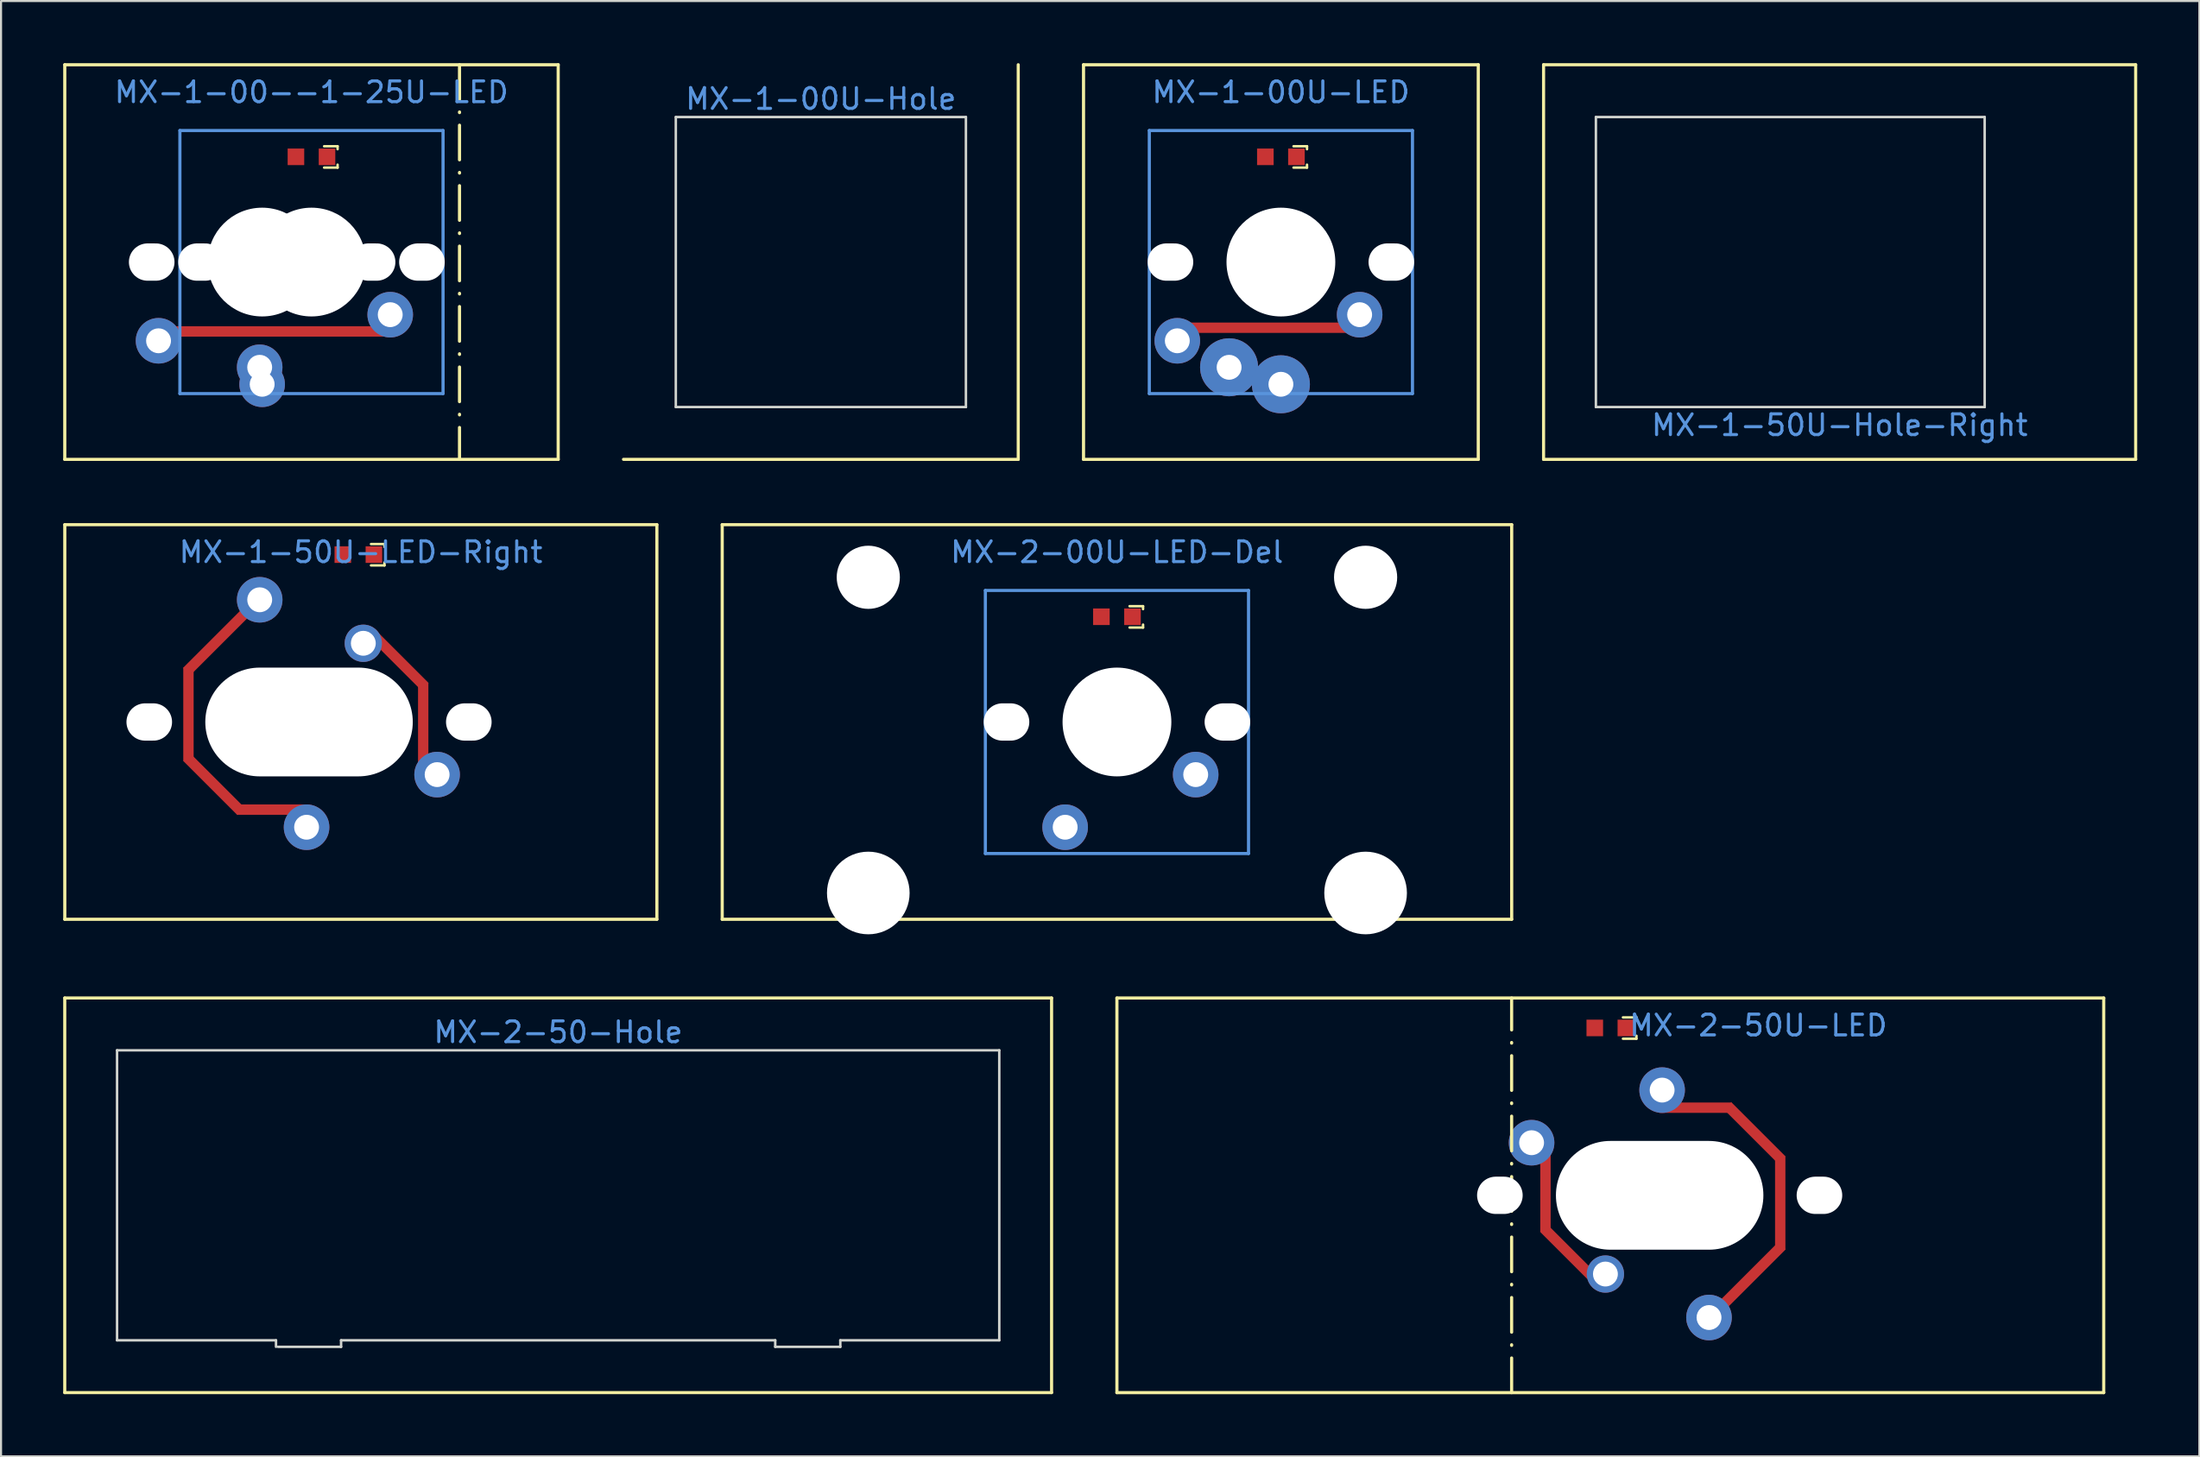
<source format=kicad_pcb>
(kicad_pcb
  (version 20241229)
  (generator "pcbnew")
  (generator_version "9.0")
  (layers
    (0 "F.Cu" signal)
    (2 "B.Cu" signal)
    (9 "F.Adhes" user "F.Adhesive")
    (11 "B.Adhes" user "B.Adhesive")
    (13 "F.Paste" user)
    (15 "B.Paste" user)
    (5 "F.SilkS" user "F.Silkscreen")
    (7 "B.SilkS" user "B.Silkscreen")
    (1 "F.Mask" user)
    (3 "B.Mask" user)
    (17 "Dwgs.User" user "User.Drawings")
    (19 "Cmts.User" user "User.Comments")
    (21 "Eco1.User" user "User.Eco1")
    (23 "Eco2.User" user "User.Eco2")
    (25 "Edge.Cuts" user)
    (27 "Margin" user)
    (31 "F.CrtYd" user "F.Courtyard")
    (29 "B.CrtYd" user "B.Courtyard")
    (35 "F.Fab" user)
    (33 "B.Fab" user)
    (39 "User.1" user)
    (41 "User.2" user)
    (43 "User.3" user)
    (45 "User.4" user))
  (footprint "MX-2-00U-LED-Del"
    (layer "F.Cu")
    (at 50.854 26.724)
    (property "Reference" "MX-2-00U-LED-Del" (at 0 -3.12 0) (layer "Cmts.User") (effects (font (size 1 1) (thickness 0.15))))
    (fp_line (start -19.05 -4.445) (end 19.05 -4.445) (stroke (width 0.152) (type solid)) (layer "F.SilkS"))
    (fp_line (start -19.05 14.605) (end -19.05 -4.445) (stroke (width 0.152) (type solid)) (layer "F.SilkS"))
    (fp_line (start 0.61 -0.51) (end 1.26 -0.51) (stroke (width 0.12) (type solid)) (layer "F.SilkS"))
    (fp_line (start 0.61 0.52) (end 1.26 0.52) (stroke (width 0.12) (type solid)) (layer "F.SilkS"))
    (fp_line (start 1.26 -0.51) (end 1.26 -0.37) (stroke (width 0.12) (type solid)) (layer "F.SilkS"))
    (fp_line (start 1.26 0.52) (end 1.26 0.38) (stroke (width 0.12) (type solid)) (layer "F.SilkS"))
    (fp_line (start 19.05 -4.445) (end 19.05 14.605) (stroke (width 0.152) (type solid)) (layer "F.SilkS"))
    (fp_line (start 19.05 14.605) (end -19.05 14.605) (stroke (width 0.152) (type solid)) (layer "F.SilkS"))
    (fp_line (start -6.35 -1.27) (end 6.35 -1.27) (stroke (width 0.152) (type solid)) (layer "Cmts.User"))
    (fp_line (start -6.35 11.43) (end -6.35 -1.27) (stroke (width 0.152) (type solid)) (layer "Cmts.User"))
    (fp_line (start 6.35 -1.27) (end 6.35 11.43) (stroke (width 0.152) (type solid)) (layer "Cmts.User"))
    (fp_line (start 6.35 11.43) (end -6.35 11.43) (stroke (width 0.152) (type solid)) (layer "Cmts.User"))
    (pad "" np_thru_hole circle (at -12 -1.905 180) (size 3.048 3.048) (drill 3.048) (layers "*.Cu" "*.Mask"))
    (pad "" np_thru_hole circle (at -12 13.335 180) (size 3.988 3.988) (drill 3.988) (layers "*.Cu" "*.Mask"))
    (pad "" np_thru_hole oval (at -5.33 5.08 270) (size 1.8 2.2) (drill oval 1.8 2.2) (layers "*.Cu" "*.Mask"))
    (pad "" np_thru_hole circle (at 0 5.08) (size 5.25 5.25) (drill 5.25) (layers "*.Cu" "*.Mask"))
    (pad "" np_thru_hole oval (at 5.33 5.08 270) (size 1.8 2.2) (drill oval 1.8 2.2) (layers "*.Cu" "*.Mask"))
    (pad "" np_thru_hole circle (at 12 -1.905 180) (size 3.048 3.048) (drill 3.048) (layers "*.Cu" "*.Mask"))
    (pad "" np_thru_hole circle (at 12 13.335 180) (size 3.988 3.988) (drill 3.988) (layers "*.Cu" "*.Mask"))
    (pad "1" thru_hole circle (at -2.5 10.16) (size 2.2 2.2) (drill oval 1.2) (layers "*.Cu" "*.Mask"))
    (pad "2" thru_hole circle (at 3.8 7.62 225) (size 2.2 2.2) (drill 1.2) (layers "*.Cu" "*.Mask"))
    (pad "3" smd rect (at 0.75 0 90) (size 0.8 0.8) (layers "F.Cu" "F.Mask" "F.Paste"))
    (pad "4" smd rect (at -0.75 0 90) (size 0.8 0.8) (layers "F.Cu" "F.Mask" "F.Paste")))
  (footprint "MX-1-50U-LED-Right"
    (layer "F.Cu")
    (at 14.364 23.724)
    (property "Reference" "MX-1-50U-LED-Right" (at 0 -0.12 0) (layer "Cmts.User") (effects (font (size 1 1) (thickness 0.15))))
    (fp_line (start -14.287 -1.445) (end 14.287 -1.445) (stroke (width 0.152) (type solid)) (layer "F.SilkS"))
    (fp_line (start -14.287 17.605) (end -14.287 -1.445) (stroke (width 0.152) (type solid)) (layer "F.SilkS"))
    (fp_line (start 0.491 -0.51) (end 1.141 -0.51) (stroke (width 0.12) (type solid)) (layer "F.SilkS"))
    (fp_line (start 0.491 0.52) (end 1.141 0.52) (stroke (width 0.12) (type solid)) (layer "F.SilkS"))
    (fp_line (start 1.141 -0.51) (end 1.141 -0.37) (stroke (width 0.12) (type solid)) (layer "F.SilkS"))
    (fp_line (start 1.141 0.52) (end 1.141 0.38) (stroke (width 0.12) (type solid)) (layer "F.SilkS"))
    (fp_line (start 14.287 -1.445) (end 14.287 17.605) (stroke (width 0.152) (type solid)) (layer "F.SilkS"))
    (fp_line (start 14.287 17.605) (end -14.287 17.605) (stroke (width 0.152) (type solid)) (layer "F.SilkS"))
    (pad "" np_thru_hole oval (at -10.211 8.08 90) (size 1.8 2.2) (drill oval 1.8 2.2) (layers "*.Cu" "*.Mask"))
    (pad "" np_thru_hole oval (at -2.5 8.08) (size 10.012 5.25) (drill oval 10.012 5.25) (layers "*.Cu" "*.Mask"))
    (pad "" np_thru_hole oval (at 5.211 8.08 90) (size 1.8 2.2) (drill oval 1.8 2.2) (layers "*.Cu" "*.Mask"))
    (pad "1" smd rect (at -8.319 7.71 270) (size 4.5 0.5) (layers "F.Cu" "F.Mask" "F.Paste"))
    (pad "1" smd rect (at -7.089 11.09 135) (size 3.7 0.5) (layers "F.Cu" "F.Mask" "F.Paste"))
    (pad "1" smd rect (at -6.989 4.23 225) (size 4 0.5) (layers "F.Cu" "F.Mask" "F.Paste"))
    (pad "1" thru_hole circle (at -4.881 2.18 270) (size 2.2 2.2) (drill 1.2) (layers "*.Cu" "*.Mask"))
    (pad "1" smd rect (at -4.219 12.31) (size 3.5 0.5) (layers "F.Cu" "F.Mask" "F.Paste"))
    (pad "1" thru_hole circle (at -2.619 13.16 180) (size 2.2 2.2) (drill oval 1.2) (layers "*.Cu" "*.Mask"))
    (pad "2" thru_hole circle (at 0.119 4.28 90) (size 1.8 1.8) (drill 1.2) (layers "*.Cu" "*.Mask"))
    (pad "2" smd rect (at 1.89 5.17 135) (size 3.4 0.5) (layers "F.Cu" "F.Mask" "F.Paste"))
    (pad "2" smd rect (at 3.01 8.19 270) (size 4 0.5) (layers "F.Cu" "F.Mask" "F.Paste"))
    (pad "2" thru_hole circle (at 3.681 10.62 45) (size 2.2 2.2) (drill 1.2) (layers "*.Cu" "*.Mask"))
    (pad "3" smd rect (at 0.631 0 90) (size 0.8 0.8) (layers "F.Cu" "F.Mask" "F.Paste"))
    (pad "4" smd rect (at -0.869 0 90) (size 0.8 0.8) (layers "F.Cu" "F.Mask" "F.Paste")))
  (footprint "MX-1-00U-LED"
    (layer "F.Cu")
    (at 58.766 4.521)
    (property "Reference" "MX-1-00U-LED" (at 0 -3.12 0) (layer "Cmts.User") (effects (font (size 1 1) (thickness 0.15))))
    (fp_line (start -9.525 -4.445) (end 9.525 -4.445) (stroke (width 0.152) (type solid)) (layer "F.SilkS"))
    (fp_line (start -9.525 14.605) (end -9.525 -4.445) (stroke (width 0.152) (type solid)) (layer "F.SilkS"))
    (fp_line (start 0.61 -0.51) (end 1.26 -0.51) (stroke (width 0.12) (type solid)) (layer "F.SilkS"))
    (fp_line (start 0.61 0.52) (end 1.26 0.52) (stroke (width 0.12) (type solid)) (layer "F.SilkS"))
    (fp_line (start 1.26 -0.51) (end 1.26 -0.37) (stroke (width 0.12) (type solid)) (layer "F.SilkS"))
    (fp_line (start 1.26 0.52) (end 1.26 0.38) (stroke (width 0.12) (type solid)) (layer "F.SilkS"))
    (fp_line (start 9.525 -4.445) (end 9.525 14.605) (stroke (width 0.152) (type solid)) (layer "F.SilkS"))
    (fp_line (start 9.525 14.605) (end -9.525 14.605) (stroke (width 0.152) (type solid)) (layer "F.SilkS"))
    (fp_line (start -6.35 -1.27) (end 6.35 -1.27) (stroke (width 0.152) (type solid)) (layer "Cmts.User"))
    (fp_line (start -6.35 11.43) (end -6.35 -1.27) (stroke (width 0.152) (type solid)) (layer "Cmts.User"))
    (fp_line (start 6.35 -1.27) (end 6.35 11.43) (stroke (width 0.152) (type solid)) (layer "Cmts.User"))
    (fp_line (start 6.35 11.43) (end -6.35 11.43) (stroke (width 0.152) (type solid)) (layer "Cmts.User"))
    (pad "" np_thru_hole oval (at -5.33 5.08 270) (size 1.8 2.2) (drill oval 1.8 2.2) (layers "*.Cu" "*.Mask"))
    (pad "" np_thru_hole circle (at 0 5.08 180) (size 5.25 5.25) (drill 5.25) (layers "*.Cu" "*.Mask"))
    (pad "" np_thru_hole oval (at 5.33 5.08 270) (size 1.8 2.2) (drill oval 1.8 2.2) (layers "*.Cu" "*.Mask"))
    (pad "1" thru_hole circle (at -2.5 10.16) (size 2.8 2.8) (drill oval 1.2) (layers "*.Cu" "*.Mask"))
    (pad "1" thru_hole circle (at 0 10.98 90) (size 2.8 2.8) (drill 1.2) (layers "*.Cu" "*.Mask"))
    (pad "2" thru_hole circle (at -5 8.88 270) (size 2.2 2.2) (drill 1.2) (layers "*.Cu" "*.Mask"))
    (pad "2" smd rect (at -0.67 8.25) (size 7.64 0.5) (layers "F.Cu" "F.Mask" "F.Paste"))
    (pad "2" thru_hole circle (at 3.8 7.62 225) (size 2.2 2.2) (drill 1.2) (layers "*.Cu" "*.Mask"))
    (pad "3" smd rect (at 0.75 0 90) (size 0.8 0.8) (layers "F.Cu" "F.Mask" "F.Paste"))
    (pad "4" smd rect (at -0.75 0 90) (size 0.8 0.8) (layers "F.Cu" "F.Mask" "F.Paste")))
  (footprint "MX-1-00U-Hole"
    (layer "F.Cu")
    (at 36.565 9.6)
    (property "Reference" "MX-1-00U-Hole" (at 0 -7.874 0) (layer "Cmts.User") (effects (font (size 1 1) (thickness 0.15))))
    (attr through_hole)
    (fp_line (start 9.525 -9.525) (end 9.525 9.525) (stroke (width 0.15) (type solid)) (layer "F.SilkS"))
    (fp_line (start 9.525 9.525) (end -9.525 9.525) (stroke (width 0.15) (type solid)) (layer "F.SilkS"))
    (fp_line (start -7 -7) (end -7 7) (stroke (width 0.12) (type solid)) (layer "Edge.Cuts"))
    (fp_line (start -7 -7) (end 7 -7) (stroke (width 0.12) (type solid)) (layer "Edge.Cuts"))
    (fp_line (start -7 7) (end 7 7) (stroke (width 0.12) (type solid)) (layer "Edge.Cuts"))
    (fp_line (start 7 -7) (end 7 7) (stroke (width 0.12) (type solid)) (layer "Edge.Cuts")))
  (footprint "MX-1-50U-Hole-Right"
    (layer "F.Cu")
    (at 85.73 9.6)
    (property "Reference" "MX-1-50U-Hole-Right" (at 0 7.874 180) (layer "Cmts.User") (effects (font (size 1 1) (thickness 0.15))))
    (attr through_hole)
    (fp_line (start -14.287 -9.525) (end 14.287 -9.525) (stroke (width 0.15) (type solid)) (layer "F.SilkS"))
    (fp_line (start -14.287 9.525) (end -14.287 -9.525) (stroke (width 0.15) (type solid)) (layer "F.SilkS"))
    (fp_line (start 14.287 -9.525) (end 14.287 9.525) (stroke (width 0.15) (type solid)) (layer "F.SilkS"))
    (fp_line (start 14.287 9.525) (end -14.287 9.525) (stroke (width 0.15) (type solid)) (layer "F.SilkS"))
    (fp_line (start -11.762 7) (end -11.762 -7) (stroke (width 0.12) (type solid)) (layer "Edge.Cuts"))
    (fp_line (start 7 -7) (end -11.762 -7) (stroke (width 0.12) (type solid)) (layer "Edge.Cuts"))
    (fp_line (start 7 7) (end -11.762 7) (stroke (width 0.12) (type solid)) (layer "Edge.Cuts"))
    (fp_line (start 7 7) (end 7 -7) (stroke (width 0.12) (type solid)) (layer "Edge.Cuts")))
  (footprint "MX-2-50-Hole"
    (layer "F.Cu")
    (at 23.887 54.653)
    (property "Reference" "MX-2-50-Hole" (at 0 -7.874 0) (layer "Cmts.User") (effects (font (size 1 1) (thickness 0.15))))
    (attr through_hole)
    (fp_line (start -23.812 -9.525) (end 23.812 -9.525) (stroke (width 0.15) (type solid)) (layer "F.SilkS"))
    (fp_line (start -23.812 9.525) (end -23.812 -9.525) (stroke (width 0.15) (type solid)) (layer "F.SilkS"))
    (fp_line (start 23.812 -9.525) (end 23.812 9.525) (stroke (width 0.15) (type solid)) (layer "F.SilkS"))
    (fp_line (start 23.812 9.525) (end -23.812 9.525) (stroke (width 0.15) (type solid)) (layer "F.SilkS"))
    (fp_line (start -21.288 -7) (end -21.288 7) (stroke (width 0.12) (type solid)) (layer "Edge.Cuts"))
    (fp_line (start -21.288 -7) (end 21.288 -7) (stroke (width 0.12) (type solid)) (layer "Edge.Cuts"))
    (fp_line (start -21.288 7) (end -13.617 7) (stroke (width 0.12) (type solid)) (layer "Edge.Cuts"))
    (fp_line (start -13.617 7) (end -13.617 7.315) (stroke (width 0.12) (type solid)) (layer "Edge.Cuts"))
    (fp_line (start -10.476 7) (end -10.476 7.315) (stroke (width 0.12) (type solid)) (layer "Edge.Cuts"))
    (fp_line (start -10.476 7) (end 10.476 7) (stroke (width 0.12) (type solid)) (layer "Edge.Cuts"))
    (fp_line (start -10.476 7.315) (end -13.524 7.315) (stroke (width 0.12) (type solid)) (layer "Edge.Cuts"))
    (fp_line (start 10.476 7) (end 10.476 7.315) (stroke (width 0.12) (type solid)) (layer "Edge.Cuts"))
    (fp_line (start 10.476 7.315) (end 13.617 7.315) (stroke (width 0.12) (type solid)) (layer "Edge.Cuts"))
    (fp_line (start 13.617 7) (end 13.617 7.315) (stroke (width 0.12) (type solid)) (layer "Edge.Cuts"))
    (fp_line (start 21.288 -7) (end 21.288 7) (stroke (width 0.12) (type solid)) (layer "Edge.Cuts"))
    (fp_line (start 21.288 7) (end 13.617 7) (stroke (width 0.12) (type solid)) (layer "Edge.Cuts")))
  (footprint "MX-2-50U-LED"
    (layer "F.Cu")
    (at 74.664 46.574)
    (property "Reference" "MX-2-50U-LED" (at 7.144 -0.12 0) (layer "Cmts.User") (effects (font (size 1 1) (thickness 0.15))))
    (fp_line (start -23.812 -1.445) (end 23.812 -1.445) (stroke (width 0.152) (type solid)) (layer "F.SilkS"))
    (fp_line (start -23.812 17.605) (end -23.812 -1.445) (stroke (width 0.152) (type solid)) (layer "F.SilkS"))
    (fp_line (start -4.763 17.605) (end -4.763 -1.445) (stroke (width 0.152) (type dash_dot)) (layer "F.SilkS"))
    (fp_line (start 0.61 -0.51) (end 1.26 -0.51) (stroke (width 0.12) (type solid)) (layer "F.SilkS"))
    (fp_line (start 0.61 0.52) (end 1.26 0.52) (stroke (width 0.12) (type solid)) (layer "F.SilkS"))
    (fp_line (start 1.26 -0.51) (end 1.26 -0.37) (stroke (width 0.12) (type solid)) (layer "F.SilkS"))
    (fp_line (start 1.26 0.52) (end 1.26 0.38) (stroke (width 0.12) (type solid)) (layer "F.SilkS"))
    (fp_line (start 23.812 -1.445) (end 23.812 17.605) (stroke (width 0.152) (type solid)) (layer "F.SilkS"))
    (fp_line (start 23.812 17.605) (end -23.812 17.605) (stroke (width 0.152) (type solid)) (layer "F.SilkS"))
    (pad "" np_thru_hole oval (at -5.33 8.08 270) (size 1.8 2.2) (drill oval 1.8 2.2) (layers "*.Cu" "*.Mask"))
    (pad "" np_thru_hole oval (at 2.381 8.08 180) (size 10.012 5.25) (drill oval 10.012 5.25) (layers "*.Cu" "*.Mask"))
    (pad "" np_thru_hole oval (at 10.092 8.08 270) (size 1.8 2.2) (drill oval 1.8 2.2) (layers "*.Cu" "*.Mask"))
    (pad "1" thru_hole circle (at 2.5 3) (size 2.2 2.2) (drill oval 1.2) (layers "*.Cu" "*.Mask"))
    (pad "1" smd rect (at 4.1 3.85 180) (size 3.5 0.5) (layers "F.Cu" "F.Mask" "F.Paste"))
    (pad "1" thru_hole circle (at 4.763 13.98 90) (size 2.2 2.2) (drill 1.2) (layers "*.Cu" "*.Mask"))
    (pad "1" smd rect (at 6.87 11.93 45) (size 4 0.5) (layers "F.Cu" "F.Mask" "F.Paste"))
    (pad "1" smd rect (at 6.97 5.07 315) (size 3.7 0.5) (layers "F.Cu" "F.Mask" "F.Paste"))
    (pad "1" smd rect (at 8.2 8.45 90) (size 4.5 0.5) (layers "F.Cu" "F.Mask" "F.Paste"))
    (pad "2" thru_hole circle (at -3.8 5.54 225) (size 2.2 2.2) (drill 1.2) (layers "*.Cu" "*.Mask"))
    (pad "2" smd rect (at -3.13 7.85 90) (size 4 0.5) (layers "F.Cu" "F.Mask" "F.Paste"))
    (pad "2" smd rect (at -2.07 10.81 315) (size 3.2 0.5) (layers "F.Cu" "F.Mask" "F.Paste"))
    (pad "2" thru_hole circle (at -0.237 11.88 270) (size 1.8 1.8) (drill 1.2) (layers "*.Cu" "*.Mask"))
    (pad "3" smd rect (at 0.75 0 90) (size 0.8 0.8) (layers "F.Cu" "F.Mask" "F.Paste"))
    (pad "4" smd rect (at -0.75 0 90) (size 0.8 0.8) (layers "F.Cu" "F.Mask" "F.Paste")))
  (footprint "MX-1-00--1-25U-LED"
    (layer "F.Cu")
    (at 11.982 4.521)
    (property "Reference" "MX-1-00--1-25U-LED" (at 0 -3.12 0) (layer "Cmts.User") (effects (font (size 1 1) (thickness 0.15))))
    (fp_line (start -11.906 -4.445) (end 11.906 -4.445) (stroke (width 0.152) (type solid)) (layer "F.SilkS"))
    (fp_line (start -11.906 14.605) (end -11.906 -4.445) (stroke (width 0.152) (type solid)) (layer "F.SilkS"))
    (fp_line (start 0.61 -0.51) (end 1.26 -0.51) (stroke (width 0.12) (type solid)) (layer "F.SilkS"))
    (fp_line (start 0.61 0.52) (end 1.26 0.52) (stroke (width 0.12) (type solid)) (layer "F.SilkS"))
    (fp_line (start 1.26 -0.51) (end 1.26 -0.37) (stroke (width 0.12) (type solid)) (layer "F.SilkS"))
    (fp_line (start 1.26 0.52) (end 1.26 0.38) (stroke (width 0.12) (type solid)) (layer "F.SilkS"))
    (fp_line (start 7.144 -4.445) (end 7.144 14.605) (stroke (width 0.152) (type dash_dot)) (layer "F.SilkS"))
    (fp_line (start 11.906 -4.445) (end 11.906 14.605) (stroke (width 0.152) (type solid)) (layer "F.SilkS"))
    (fp_line (start 11.906 14.605) (end -11.906 14.605) (stroke (width 0.152) (type solid)) (layer "F.SilkS"))
    (fp_line (start -6.35 -1.27) (end 6.35 -1.27) (stroke (width 0.152) (type solid)) (layer "Cmts.User"))
    (fp_line (start -6.35 11.43) (end -6.35 -1.27) (stroke (width 0.152) (type solid)) (layer "Cmts.User"))
    (fp_line (start 6.35 -1.27) (end 6.35 11.43) (stroke (width 0.152) (type solid)) (layer "Cmts.User"))
    (fp_line (start 6.35 11.43) (end -6.35 11.43) (stroke (width 0.152) (type solid)) (layer "Cmts.User"))
    (pad "" np_thru_hole oval (at -7.711 5.08 270) (size 1.8 2.2) (drill oval 1.8 2.2) (layers "*.Cu" "*.Mask"))
    (pad "" np_thru_hole oval (at -5.33 5.08 270) (size 1.8 2.2) (drill oval 1.8 2.2) (layers "*.Cu" "*.Mask"))
    (pad "" np_thru_hole circle (at -2.381 5.08 180) (size 5.25 5.25) (drill 5.25) (layers "*.Cu" "*.Mask"))
    (pad "" np_thru_hole circle (at 0 5.08 180) (size 5.25 5.25) (drill 5.25) (layers "*.Cu" "*.Mask"))
    (pad "" np_thru_hole oval (at 2.949 5.08 270) (size 1.8 2.2) (drill oval 1.8 2.2) (layers "*.Cu" "*.Mask"))
    (pad "" np_thru_hole oval (at 5.33 5.08 270) (size 1.8 2.2) (drill oval 1.8 2.2) (layers "*.Cu" "*.Mask"))
    (pad "1" thru_hole circle (at -2.5 10.16) (size 2.2 2.2) (drill 1.2) (layers "*.Cu" "*.Mask"))
    (pad "1" thru_hole circle (at -2.381 10.98 90) (size 2.2 2.2) (drill 1.2) (layers "*.Cu" "*.Mask"))
    (pad "2" thru_hole circle (at -7.381 8.88 270) (size 2.2 2.2) (drill 1.2) (layers "*.Cu" "*.Mask"))
    (pad "2" smd rect (at -1.72 8.43) (size 11 0.5) (layers "F.Cu" "F.Mask" "F.Paste"))
    (pad "2" thru_hole circle (at 3.8 7.62 225) (size 2.2 2.2) (drill 1.2) (layers "*.Cu" "*.Mask"))
    (pad "3" smd rect (at 0.75 0 90) (size 0.8 0.8) (layers "F.Cu" "F.Mask" "F.Paste"))
    (pad "4" smd rect (at -0.75 0 90) (size 0.8 0.8) (layers "F.Cu" "F.Mask" "F.Paste")))
  (gr_rect
    (start -3 -3)
    (end 103.092 67.255)
    (stroke (width 0.1) (type default))
    (fill no)
    (layer "Edge.Cuts")))
</source>
